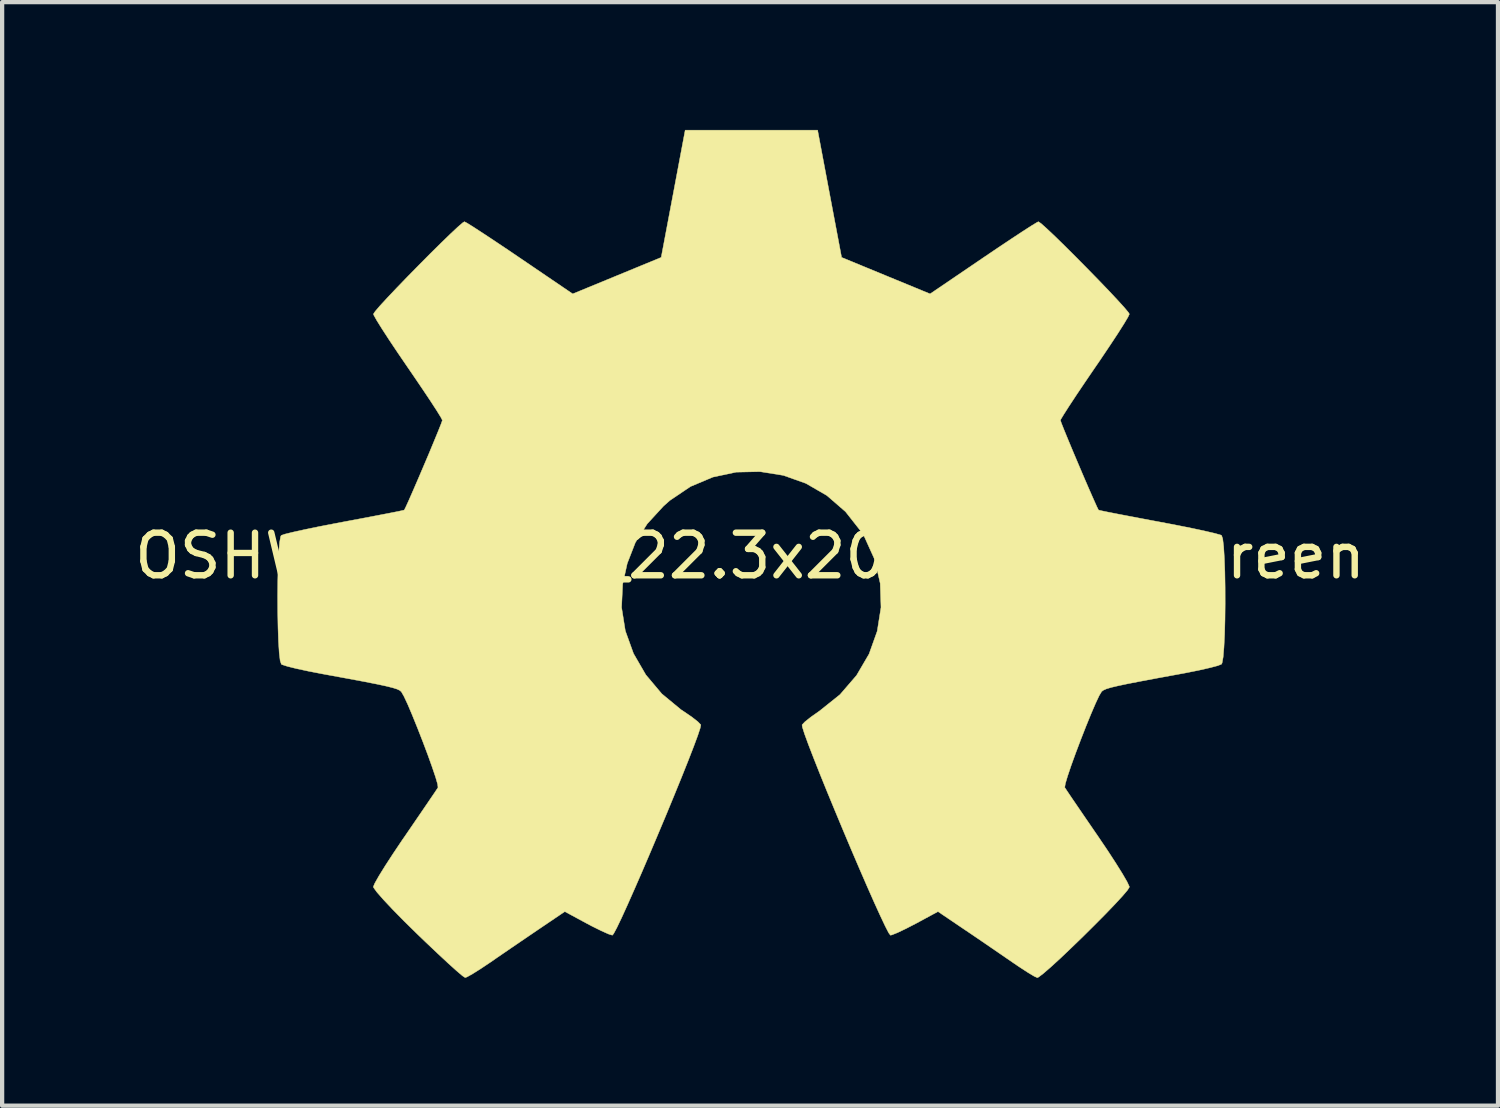
<source format=kicad_pcb>
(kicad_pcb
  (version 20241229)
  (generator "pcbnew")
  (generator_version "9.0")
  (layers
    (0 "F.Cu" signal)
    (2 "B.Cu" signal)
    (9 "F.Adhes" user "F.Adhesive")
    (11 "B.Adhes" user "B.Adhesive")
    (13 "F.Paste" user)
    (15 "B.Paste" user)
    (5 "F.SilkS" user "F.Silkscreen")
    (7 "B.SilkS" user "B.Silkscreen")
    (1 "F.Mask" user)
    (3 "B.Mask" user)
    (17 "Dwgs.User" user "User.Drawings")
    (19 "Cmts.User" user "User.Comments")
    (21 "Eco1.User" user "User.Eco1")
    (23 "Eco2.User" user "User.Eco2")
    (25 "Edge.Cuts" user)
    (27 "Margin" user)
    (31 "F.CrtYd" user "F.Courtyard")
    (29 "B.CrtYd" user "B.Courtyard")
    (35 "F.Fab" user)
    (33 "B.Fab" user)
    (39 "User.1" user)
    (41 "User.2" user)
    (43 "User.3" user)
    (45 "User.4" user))
  (footprint "OSHW-Symbol_22.3x20mm_SilkScreen"
    (layer "F.Cu")
    (at 14.554 9.997)
    (property "Reference" "OSHW-Symbol_22.3x20mm_SilkScreen" (at 0 0 0) (layer "F.SilkS") (effects (font (size 1 1) (thickness 0.15))))
    (attr exclude_from_pos_files exclude_from_bom allow_missing_courtyard)
    (fp_poly (pts (xy 1.866 -8.499) (xy 2.148 -7.006) (xy 3.186 -6.578) (xy 4.225 -6.15) (xy 5.471 -6.997) (xy 5.82 -7.233) (xy 6.135 -7.443) (xy 6.402 -7.619) (xy 6.606 -7.75) (xy 6.733 -7.827) (xy 6.767 -7.844) (xy 6.83 -7.801) (xy 6.962 -7.683) (xy 7.151 -7.505) (xy 7.38 -7.281) (xy 7.635 -7.027) (xy 7.901 -6.758) (xy 8.164 -6.489) (xy 8.408 -6.235) (xy 8.618 -6.011) (xy 8.78 -5.833) (xy 8.879 -5.715) (xy 8.902 -5.676) (xy 8.868 -5.603) (xy 8.773 -5.444) (xy 8.627 -5.214) (xy 8.439 -4.929) (xy 8.22 -4.603) (xy 8.093 -4.418) (xy 7.862 -4.079) (xy 7.656 -3.773) (xy 7.487 -3.516) (xy 7.363 -3.322) (xy 7.294 -3.207) (xy 7.284 -3.182) (xy 7.307 -3.114) (xy 7.371 -2.953) (xy 7.465 -2.724) (xy 7.58 -2.448) (xy 7.707 -2.148) (xy 7.835 -1.847) (xy 7.956 -1.567) (xy 8.06 -1.331) (xy 8.136 -1.161) (xy 8.176 -1.08) (xy 8.179 -1.076) (xy 8.242 -1.061) (xy 8.41 -1.026) (xy 8.666 -0.976) (xy 8.992 -0.914) (xy 9.371 -0.842) (xy 9.591 -0.801) (xy 9.996 -0.724) (xy 10.362 -0.651) (xy 10.669 -0.585) (xy 10.901 -0.531) (xy 11.038 -0.493) (xy 11.066 -0.481) (xy 11.093 -0.4) (xy 11.115 -0.215) (xy 11.131 0.051) (xy 11.143 0.376) (xy 11.149 0.74) (xy 11.15 1.12) (xy 11.146 1.495) (xy 11.137 1.843) (xy 11.122 2.143) (xy 11.103 2.373) (xy 11.078 2.512) (xy 11.064 2.541) (xy 10.976 2.576) (xy 10.79 2.625) (xy 10.531 2.684) (xy 10.222 2.746) (xy 10.114 2.766) (xy 9.595 2.861) (xy 9.185 2.938) (xy 8.87 2.999) (xy 8.638 3.048) (xy 8.473 3.087) (xy 8.364 3.12) (xy 8.296 3.15) (xy 8.256 3.179) (xy 8.25 3.185) (xy 8.194 3.278) (xy 8.108 3.461) (xy 8.001 3.71) (xy 7.882 4.002) (xy 7.759 4.317) (xy 7.64 4.631) (xy 7.535 4.921) (xy 7.452 5.167) (xy 7.399 5.345) (xy 7.385 5.432) (xy 7.386 5.435) (xy 7.433 5.507) (xy 7.539 5.665) (xy 7.694 5.892) (xy 7.886 6.173) (xy 8.104 6.491) (xy 8.166 6.581) (xy 8.387 6.908) (xy 8.581 7.206) (xy 8.739 7.459) (xy 8.849 7.649) (xy 8.9 7.759) (xy 8.902 7.772) (xy 8.859 7.843) (xy 8.74 7.983) (xy 8.56 8.178) (xy 8.335 8.412) (xy 8.079 8.67) (xy 7.809 8.938) (xy 7.539 9.199) (xy 7.286 9.44) (xy 7.063 9.644) (xy 6.887 9.797) (xy 6.773 9.884) (xy 6.741 9.899) (xy 6.667 9.865) (xy 6.517 9.775) (xy 6.314 9.643) (xy 6.158 9.537) (xy 5.874 9.342) (xy 5.539 9.112) (xy 5.203 8.883) (xy 5.022 8.761) (xy 4.41 8.347) (xy 3.896 8.625) (xy 3.662 8.746) (xy 3.463 8.841) (xy 3.329 8.895) (xy 3.294 8.902) (xy 3.253 8.847) (xy 3.172 8.69) (xy 3.057 8.447) (xy 2.913 8.131) (xy 2.748 7.758) (xy 2.567 7.341) (xy 2.376 6.895) (xy 2.182 6.435) (xy 1.99 5.974) (xy 1.806 5.528) (xy 1.637 5.111) (xy 1.489 4.737) (xy 1.367 4.421) (xy 1.278 4.177) (xy 1.228 4.019) (xy 1.22 3.965) (xy 1.284 3.896) (xy 1.424 3.784) (xy 1.611 3.652) (xy 1.626 3.642) (xy 2.11 3.255) (xy 2.499 2.804) (xy 2.792 2.303) (xy 2.984 1.766) (xy 3.073 1.208) (xy 3.054 0.643) (xy 2.925 0.086) (xy 2.683 -0.449) (xy 2.611 -0.566) (xy 2.24 -1.038) (xy 1.801 -1.418) (xy 1.31 -1.702) (xy 0.782 -1.89) (xy 0.232 -1.978) (xy -0.325 -1.966) (xy -0.872 -1.85) (xy -1.397 -1.629) (xy -1.882 -1.302) (xy -2.032 -1.169) (xy -2.414 -0.753) (xy -2.692 -0.315) (xy -2.883 0.176) (xy -2.99 0.662) (xy -3.016 1.208) (xy -2.928 1.758) (xy -2.736 2.291) (xy -2.447 2.79) (xy -2.072 3.236) (xy -1.618 3.611) (xy -1.558 3.65) (xy -1.369 3.779) (xy -1.226 3.891) (xy -1.157 3.963) (xy -1.156 3.965) (xy -1.171 4.042) (xy -1.229 4.218) (xy -1.325 4.477) (xy -1.453 4.806) (xy -1.606 5.19) (xy -1.779 5.614) (xy -1.964 6.063) (xy -2.158 6.525) (xy -2.352 6.984) (xy -2.541 7.425) (xy -2.72 7.835) (xy -2.881 8.198) (xy -3.019 8.501) (xy -3.128 8.728) (xy -3.202 8.866) (xy -3.232 8.902) (xy -3.323 8.874) (xy -3.493 8.798) (xy -3.713 8.689) (xy -3.834 8.625) (xy -4.348 8.347) (xy -4.96 8.761) (xy -5.272 8.973) (xy -5.614 9.206) (xy -5.935 9.426) (xy -6.095 9.537) (xy -6.321 9.688) (xy -6.512 9.808) (xy -6.644 9.882) (xy -6.687 9.897) (xy -6.749 9.856) (xy -6.887 9.739) (xy -7.087 9.559) (xy -7.335 9.328) (xy -7.619 9.059) (xy -7.799 8.886) (xy -8.114 8.577) (xy -8.385 8.301) (xy -8.603 8.069) (xy -8.757 7.893) (xy -8.835 7.786) (xy -8.842 7.764) (xy -8.807 7.681) (xy -8.712 7.513) (xy -8.566 7.277) (xy -8.38 6.991) (xy -8.165 6.67) (xy -8.103 6.581) (xy -7.881 6.256) (xy -7.681 5.964) (xy -7.515 5.72) (xy -7.394 5.542) (xy -7.33 5.445) (xy -7.324 5.435) (xy -7.333 5.358) (xy -7.382 5.189) (xy -7.463 4.95) (xy -7.566 4.663) (xy -7.684 4.35) (xy -7.807 4.035) (xy -7.927 3.739) (xy -8.035 3.484) (xy -8.124 3.294) (xy -8.184 3.19) (xy -8.188 3.185) (xy -8.224 3.155) (xy -8.286 3.126) (xy -8.387 3.094) (xy -8.539 3.056) (xy -8.758 3.009) (xy -9.056 2.95) (xy -9.447 2.877) (xy -9.944 2.786) (xy -10.052 2.766) (xy -10.371 2.704) (xy -10.65 2.644) (xy -10.862 2.591) (xy -10.985 2.551) (xy -11.001 2.541) (xy -11.029 2.458) (xy -11.051 2.273) (xy -11.068 2.006) (xy -11.079 1.68) (xy -11.086 1.316) (xy -11.088 0.936) (xy -11.084 0.561) (xy -11.075 0.213) (xy -11.062 -0.086) (xy -11.042 -0.315) (xy -11.018 -0.453) (xy -11.004 -0.481) (xy -10.922 -0.51) (xy -10.736 -0.556) (xy -10.465 -0.616) (xy -10.127 -0.686) (xy -9.74 -0.761) (xy -9.529 -0.801) (xy -9.129 -0.876) (xy -8.773 -0.944) (xy -8.477 -1.001) (xy -8.259 -1.044) (xy -8.137 -1.071) (xy -8.117 -1.076) (xy -8.083 -1.142) (xy -8.011 -1.3) (xy -7.911 -1.528) (xy -7.792 -1.803) (xy -7.664 -2.103) (xy -7.536 -2.404) (xy -7.419 -2.686) (xy -7.321 -2.924) (xy -7.252 -3.097) (xy -7.222 -3.182) (xy -7.222 -3.185) (xy -7.256 -3.252) (xy -7.351 -3.406) (xy -7.497 -3.631) (xy -7.685 -3.912) (xy -7.904 -4.235) (xy -8.031 -4.42) (xy -8.263 -4.76) (xy -8.469 -5.068) (xy -8.639 -5.33) (xy -8.763 -5.529) (xy -8.83 -5.65) (xy -8.84 -5.677) (xy -8.798 -5.74) (xy -8.682 -5.875) (xy -8.506 -6.066) (xy -8.285 -6.299) (xy -8.035 -6.558) (xy -7.77 -6.828) (xy -7.505 -7.095) (xy -7.255 -7.342) (xy -7.034 -7.556) (xy -6.859 -7.72) (xy -6.743 -7.82) (xy -6.704 -7.844) (xy -6.641 -7.811) (xy -6.489 -7.716) (xy -6.265 -7.57) (xy -5.982 -7.383) (xy -5.655 -7.164) (xy -5.409 -6.997) (xy -4.163 -6.15) (xy -3.124 -6.578) (xy -2.086 -7.006) (xy -1.804 -8.499) (xy -1.523 -9.992) (xy 1.585 -9.992) (xy 1.866 -8.499)) (stroke (width 0.01) (type solid)) (fill yes) (layer "F.SilkS")))
  (gr_rect
    (start -3 -3)
    (end 32.107 22.9)
    (stroke (width 0.1) (type default))
    (fill no)
    (layer "Edge.Cuts")))
</source>
